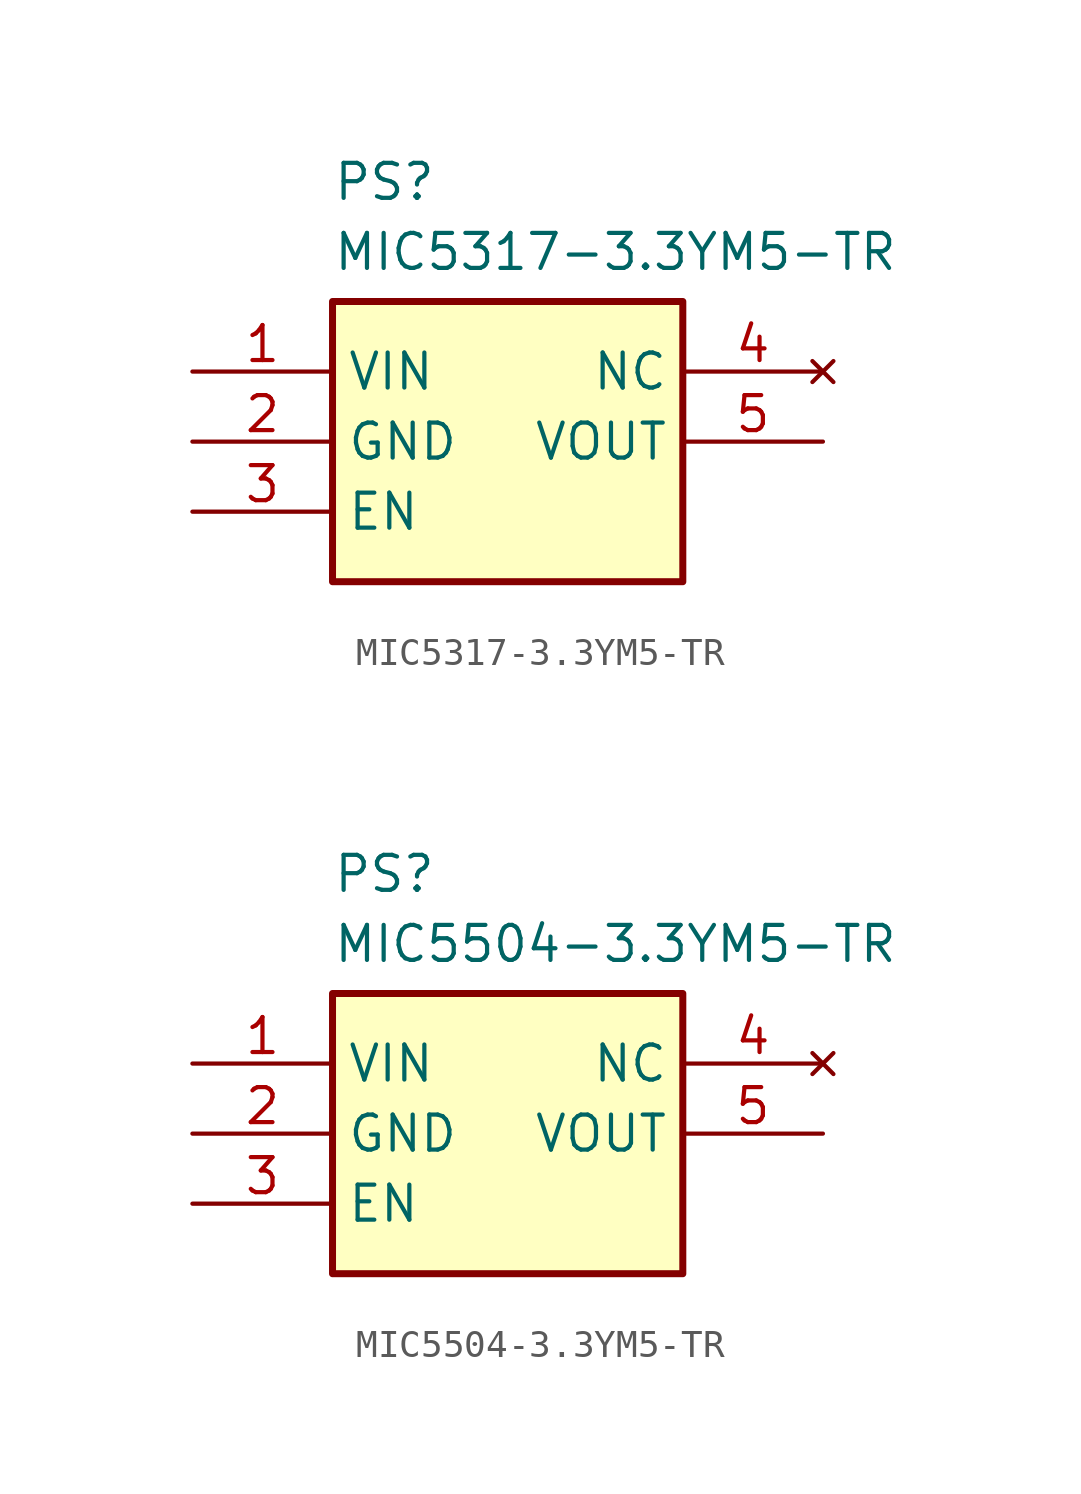
<source format=kicad_sym>
(kicad_symbol_lib
  (version 20241209)
  (generator "kicad_symbol_editor")
  (generator_version "9.0")
  (symbol "MIC5317-3.3YM5-TR"
    (property "Reference" "PS"
      (at 5.08 7.62 0)
      (effects (font (size 1.27 1.27)) (justify left top)))
    (property "Value" "MIC5317-3.3YM5-TR"
      (at 5.08 5.08 0)
      (effects (font (size 1.27 1.27)) (justify left top)))
    (symbol "MIC5317-3.3YM5-TR_1_1"
      (rectangle (start 5.08 2.54) (end 17.78 -7.62) (stroke (width 0.254) (type default)) (fill (type background)))
      (pin passive line (at 0 0 0) (length 5.08) (name "VIN" (effects (font (size 1.27 1.27)))) (number "1" (effects (font (size 1.27 1.27)))))
      (pin passive line (at 0 -2.54 0) (length 5.08) (name "GND" (effects (font (size 1.27 1.27)))) (number "2" (effects (font (size 1.27 1.27)))))
      (pin passive line (at 0 -5.08 0) (length 5.08) (name "EN" (effects (font (size 1.27 1.27)))) (number "3" (effects (font (size 1.27 1.27)))))
      (pin no_connect line (at 22.86 0 180) (length 5.08) (name "NC" (effects (font (size 1.27 1.27)))) (number "4" (effects (font (size 1.27 1.27)))))
      (pin passive line (at 22.86 -2.54 180) (length 5.08) (name "VOUT" (effects (font (size 1.27 1.27)))) (number "5" (effects (font (size 1.27 1.27)))))))
  (symbol "MIC5504-3.3YM5-TR"
    (property "Reference" "PS"
      (at 5.08 7.62 0)
      (effects (font (size 1.27 1.27)) (justify left top)))
    (property "Value" "MIC5504-3.3YM5-TR"
      (at 5.08 5.08 0)
      (effects (font (size 1.27 1.27)) (justify left top)))
    (symbol "MIC5504-3.3YM5-TR_1_1"
      (rectangle (start 5.08 2.54) (end 17.78 -7.62) (stroke (width 0.254) (type default)) (fill (type background)))
      (pin passive line (at 0 0 0) (length 5.08) (name "VIN" (effects (font (size 1.27 1.27)))) (number "1" (effects (font (size 1.27 1.27)))))
      (pin passive line (at 0 -2.54 0) (length 5.08) (name "GND" (effects (font (size 1.27 1.27)))) (number "2" (effects (font (size 1.27 1.27)))))
      (pin passive line (at 0 -5.08 0) (length 5.08) (name "EN" (effects (font (size 1.27 1.27)))) (number "3" (effects (font (size 1.27 1.27)))))
      (pin no_connect line (at 22.86 0 180) (length 5.08) (name "NC" (effects (font (size 1.27 1.27)))) (number "4" (effects (font (size 1.27 1.27)))))
      (pin passive line (at 22.86 -2.54 180) (length 5.08) (name "VOUT" (effects (font (size 1.27 1.27)))) (number "5" (effects (font (size 1.27 1.27))))))))
</source>
